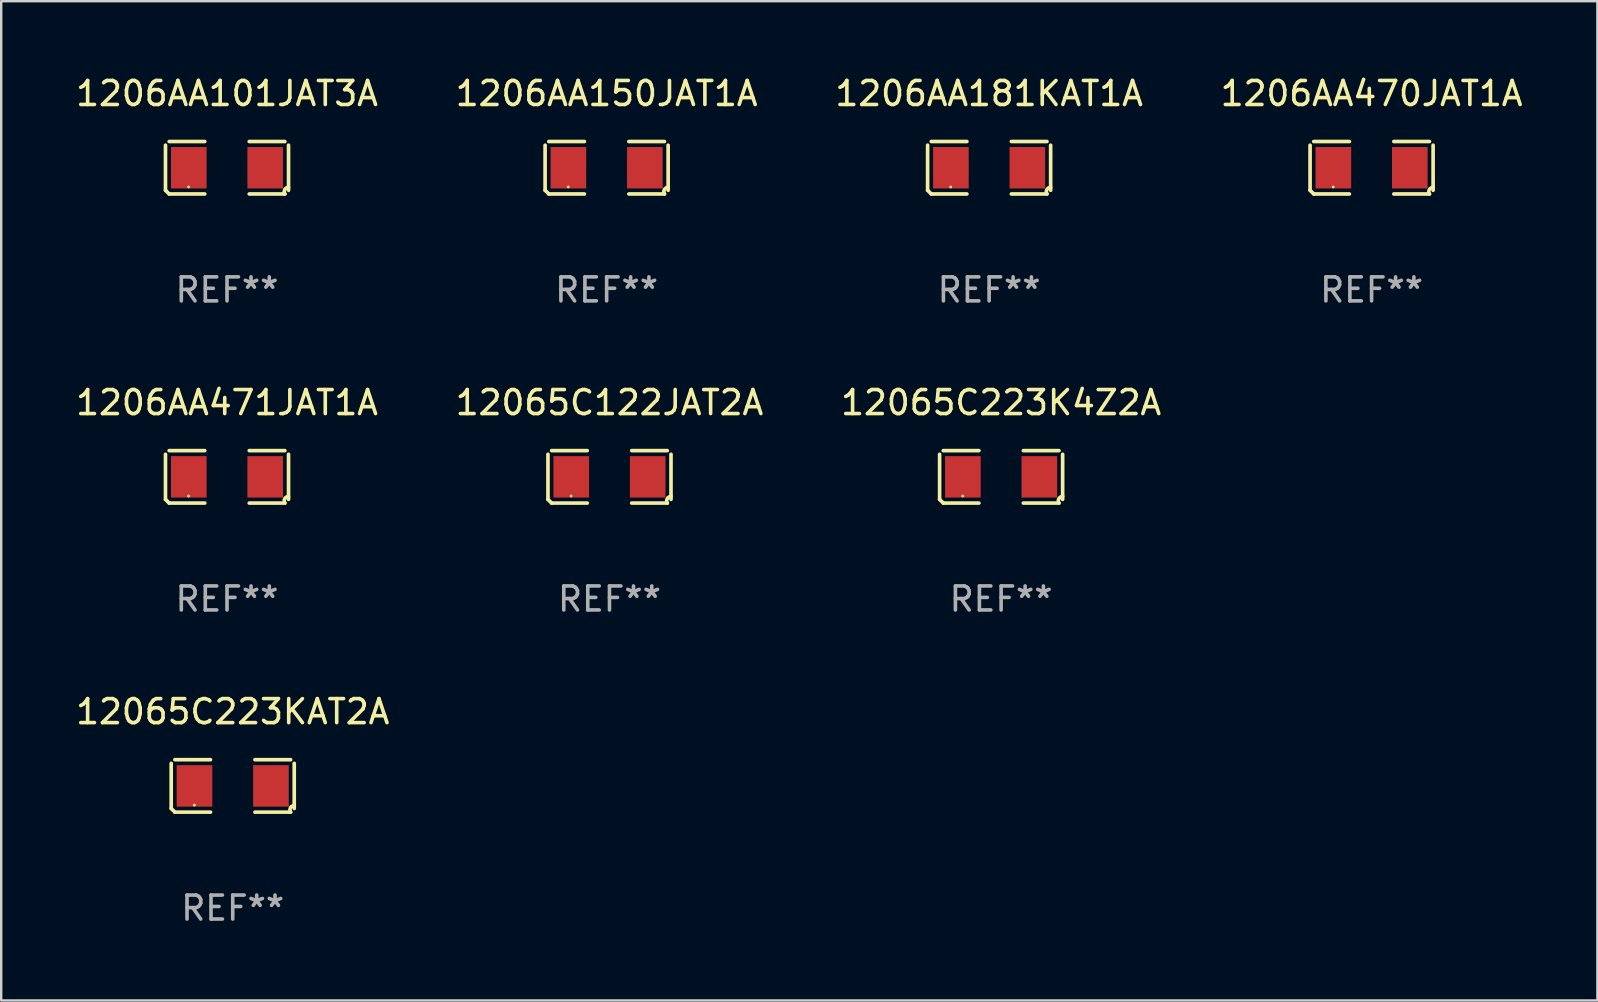
<source format=kicad_pcb>
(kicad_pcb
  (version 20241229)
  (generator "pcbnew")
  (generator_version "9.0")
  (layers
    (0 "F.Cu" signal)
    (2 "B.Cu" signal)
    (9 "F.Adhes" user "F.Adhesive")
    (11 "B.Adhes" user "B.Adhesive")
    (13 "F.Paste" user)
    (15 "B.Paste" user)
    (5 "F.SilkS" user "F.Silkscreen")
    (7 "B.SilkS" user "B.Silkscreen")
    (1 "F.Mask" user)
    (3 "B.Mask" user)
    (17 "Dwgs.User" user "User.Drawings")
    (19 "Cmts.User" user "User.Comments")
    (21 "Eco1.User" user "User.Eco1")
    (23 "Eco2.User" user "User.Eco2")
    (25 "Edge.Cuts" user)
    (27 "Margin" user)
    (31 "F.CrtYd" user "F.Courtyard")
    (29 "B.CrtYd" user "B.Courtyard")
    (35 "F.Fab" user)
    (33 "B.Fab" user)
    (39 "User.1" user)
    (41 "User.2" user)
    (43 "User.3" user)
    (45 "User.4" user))
  (footprint "12065C223K4Z2A"
    (layer "F.Cu")
    (at 38.673 16.823)
    (property "Reference" "12065C223K4Z2A" (at 0 -3.093 0) (layer "F.SilkS") (effects (font (size 1 1) (thickness 0.15))))
    (attr through_hole)
    (fp_line (start -2.564 0.94) (end -2.564 -0.94) (stroke (width 0.152) (type solid)) (layer "F.SilkS"))
    (fp_line (start -2.411 -1.093) (end -0.926 -1.093) (stroke (width 0.152) (type solid)) (layer "F.SilkS"))
    (fp_line (start -0.926 1.093) (end -2.411 1.093) (stroke (width 0.152) (type solid)) (layer "F.SilkS"))
    (fp_line (start 0.926 1.093) (end 2.411 1.093) (stroke (width 0.152) (type solid)) (layer "F.SilkS"))
    (fp_line (start 2.411 -1.093) (end 0.926 -1.093) (stroke (width 0.152) (type solid)) (layer "F.SilkS"))
    (fp_line (start 2.564 0.94) (end 2.564 -0.94) (stroke (width 0.152) (type solid)) (layer "F.SilkS"))
    (fp_arc (start -2.411201 1.092609) (mid -2.487413 1.01642) (end -2.563602 0.940208) (stroke (width 0.1524) (type solid)) (layer "F.SilkS"))
    (fp_arc (start 2.411201 1.092609) (mid 2.407159 0.911226) (end 2.563602 0.819347) (stroke (width 0.1524) (type solid)) (layer "F.SilkS"))
    (fp_circle (center -1.6 0.8) (end -1.57 0.8) (stroke (width 0.06) (type solid)) (fill no) (layer "F.SilkS"))
    (fp_text user "REF**" (at 0 5.093 0) (layer "F.Fab") (effects (font (size 1 1) (thickness 0.15))))
    (pad "1" smd rect (at -1.593 0) (size 1.485 1.728) (layers "F.Cu" "F.Mask" "F.Paste"))
    (pad "2" smd rect (at 1.593 0) (size 1.485 1.728) (layers "F.Cu" "F.Mask" "F.Paste")))
  (footprint "1206AA470JAT1A"
    (layer "F.Cu")
    (at 54.113 3.941)
    (property "Reference" "1206AA470JAT1A" (at 0 -3.093 0) (layer "F.SilkS") (effects (font (size 1 1) (thickness 0.15))))
    (attr through_hole)
    (fp_line (start -2.564 0.94) (end -2.564 -0.94) (stroke (width 0.152) (type solid)) (layer "F.SilkS"))
    (fp_line (start -2.411 -1.093) (end -0.926 -1.093) (stroke (width 0.152) (type solid)) (layer "F.SilkS"))
    (fp_line (start -0.926 1.093) (end -2.411 1.093) (stroke (width 0.152) (type solid)) (layer "F.SilkS"))
    (fp_line (start 0.926 1.093) (end 2.411 1.093) (stroke (width 0.152) (type solid)) (layer "F.SilkS"))
    (fp_line (start 2.411 -1.093) (end 0.926 -1.093) (stroke (width 0.152) (type solid)) (layer "F.SilkS"))
    (fp_line (start 2.564 0.94) (end 2.564 -0.94) (stroke (width 0.152) (type solid)) (layer "F.SilkS"))
    (fp_arc (start -2.411201 1.092609) (mid -2.487413 1.01642) (end -2.563602 0.940208) (stroke (width 0.1524) (type solid)) (layer "F.SilkS"))
    (fp_arc (start 2.411201 1.092609) (mid 2.407159 0.911226) (end 2.563602 0.819347) (stroke (width 0.1524) (type solid)) (layer "F.SilkS"))
    (fp_circle (center -1.6 0.8) (end -1.57 0.8) (stroke (width 0.06) (type solid)) (fill no) (layer "F.SilkS"))
    (fp_text user "REF**" (at 0 5.093 0) (layer "F.Fab") (effects (font (size 1 1) (thickness 0.15))))
    (pad "1" smd rect (at -1.593 0) (size 1.485 1.728) (layers "F.Cu" "F.Mask" "F.Paste"))
    (pad "2" smd rect (at 1.593 0) (size 1.485 1.728) (layers "F.Cu" "F.Mask" "F.Paste")))
  (footprint "1206AA181KAT1A"
    (layer "F.Cu")
    (at 38.173 3.941)
    (property "Reference" "1206AA181KAT1A" (at 0 -3.093 0) (layer "F.SilkS") (effects (font (size 1 1) (thickness 0.15))))
    (attr through_hole)
    (fp_line (start -2.564 0.94) (end -2.564 -0.94) (stroke (width 0.152) (type solid)) (layer "F.SilkS"))
    (fp_line (start -2.411 -1.093) (end -0.926 -1.093) (stroke (width 0.152) (type solid)) (layer "F.SilkS"))
    (fp_line (start -0.926 1.093) (end -2.411 1.093) (stroke (width 0.152) (type solid)) (layer "F.SilkS"))
    (fp_line (start 0.926 1.093) (end 2.411 1.093) (stroke (width 0.152) (type solid)) (layer "F.SilkS"))
    (fp_line (start 2.411 -1.093) (end 0.926 -1.093) (stroke (width 0.152) (type solid)) (layer "F.SilkS"))
    (fp_line (start 2.564 0.94) (end 2.564 -0.94) (stroke (width 0.152) (type solid)) (layer "F.SilkS"))
    (fp_arc (start -2.411201 1.092609) (mid -2.487413 1.01642) (end -2.563602 0.940208) (stroke (width 0.1524) (type solid)) (layer "F.SilkS"))
    (fp_arc (start 2.411201 1.092609) (mid 2.407159 0.911226) (end 2.563602 0.819347) (stroke (width 0.1524) (type solid)) (layer "F.SilkS"))
    (fp_circle (center -1.6 0.8) (end -1.57 0.8) (stroke (width 0.06) (type solid)) (fill no) (layer "F.SilkS"))
    (fp_text user "REF**" (at 0 5.093 0) (layer "F.Fab") (effects (font (size 1 1) (thickness 0.15))))
    (pad "1" smd rect (at -1.593 0) (size 1.485 1.728) (layers "F.Cu" "F.Mask" "F.Paste"))
    (pad "2" smd rect (at 1.593 0) (size 1.485 1.728) (layers "F.Cu" "F.Mask" "F.Paste")))
  (footprint "1206AA471JAT1A"
    (layer "F.Cu")
    (at 6.411 16.823)
    (property "Reference" "1206AA471JAT1A" (at 0 -3.093 0) (layer "F.SilkS") (effects (font (size 1 1) (thickness 0.15))))
    (attr through_hole)
    (fp_line (start -2.564 0.94) (end -2.564 -0.94) (stroke (width 0.152) (type solid)) (layer "F.SilkS"))
    (fp_line (start -2.411 -1.093) (end -0.926 -1.093) (stroke (width 0.152) (type solid)) (layer "F.SilkS"))
    (fp_line (start -0.926 1.093) (end -2.411 1.093) (stroke (width 0.152) (type solid)) (layer "F.SilkS"))
    (fp_line (start 0.926 1.093) (end 2.411 1.093) (stroke (width 0.152) (type solid)) (layer "F.SilkS"))
    (fp_line (start 2.411 -1.093) (end 0.926 -1.093) (stroke (width 0.152) (type solid)) (layer "F.SilkS"))
    (fp_line (start 2.564 0.94) (end 2.564 -0.94) (stroke (width 0.152) (type solid)) (layer "F.SilkS"))
    (fp_arc (start -2.411201 1.092609) (mid -2.487413 1.01642) (end -2.563602 0.940208) (stroke (width 0.1524) (type solid)) (layer "F.SilkS"))
    (fp_arc (start 2.411201 1.092609) (mid 2.407159 0.911226) (end 2.563602 0.819347) (stroke (width 0.1524) (type solid)) (layer "F.SilkS"))
    (fp_circle (center -1.6 0.8) (end -1.57 0.8) (stroke (width 0.06) (type solid)) (fill no) (layer "F.SilkS"))
    (fp_text user "REF**" (at 0 5.093 0) (layer "F.Fab") (effects (font (size 1 1) (thickness 0.15))))
    (pad "1" smd rect (at -1.593 0) (size 1.485 1.728) (layers "F.Cu" "F.Mask" "F.Paste"))
    (pad "2" smd rect (at 1.593 0) (size 1.485 1.728) (layers "F.Cu" "F.Mask" "F.Paste")))
  (footprint "12065C122JAT2A"
    (layer "F.Cu")
    (at 22.351 16.823)
    (property "Reference" "12065C122JAT2A" (at 0 -3.093 0) (layer "F.SilkS") (effects (font (size 1 1) (thickness 0.15))))
    (attr through_hole)
    (fp_line (start -2.564 0.94) (end -2.564 -0.94) (stroke (width 0.152) (type solid)) (layer "F.SilkS"))
    (fp_line (start -2.411 -1.093) (end -0.926 -1.093) (stroke (width 0.152) (type solid)) (layer "F.SilkS"))
    (fp_line (start -0.926 1.093) (end -2.411 1.093) (stroke (width 0.152) (type solid)) (layer "F.SilkS"))
    (fp_line (start 0.926 1.093) (end 2.411 1.093) (stroke (width 0.152) (type solid)) (layer "F.SilkS"))
    (fp_line (start 2.411 -1.093) (end 0.926 -1.093) (stroke (width 0.152) (type solid)) (layer "F.SilkS"))
    (fp_line (start 2.564 0.94) (end 2.564 -0.94) (stroke (width 0.152) (type solid)) (layer "F.SilkS"))
    (fp_arc (start -2.411201 1.092609) (mid -2.487413 1.01642) (end -2.563602 0.940208) (stroke (width 0.1524) (type solid)) (layer "F.SilkS"))
    (fp_arc (start 2.411201 1.092609) (mid 2.407159 0.911226) (end 2.563602 0.819347) (stroke (width 0.1524) (type solid)) (layer "F.SilkS"))
    (fp_circle (center -1.6 0.8) (end -1.57 0.8) (stroke (width 0.06) (type solid)) (fill no) (layer "F.SilkS"))
    (fp_text user "REF**" (at 0 5.093 0) (layer "F.Fab") (effects (font (size 1 1) (thickness 0.15))))
    (pad "1" smd rect (at -1.593 0) (size 1.485 1.728) (layers "F.Cu" "F.Mask" "F.Paste"))
    (pad "2" smd rect (at 1.593 0) (size 1.485 1.728) (layers "F.Cu" "F.Mask" "F.Paste")))
  (footprint "12065C223KAT2A"
    (layer "F.Cu")
    (at 6.649 29.704)
    (property "Reference" "12065C223KAT2A" (at 0 -3.093 0) (layer "F.SilkS") (effects (font (size 1 1) (thickness 0.15))))
    (attr through_hole)
    (fp_line (start -2.564 0.94) (end -2.564 -0.94) (stroke (width 0.152) (type solid)) (layer "F.SilkS"))
    (fp_line (start -2.411 -1.093) (end -0.926 -1.093) (stroke (width 0.152) (type solid)) (layer "F.SilkS"))
    (fp_line (start -0.926 1.093) (end -2.411 1.093) (stroke (width 0.152) (type solid)) (layer "F.SilkS"))
    (fp_line (start 0.926 1.093) (end 2.411 1.093) (stroke (width 0.152) (type solid)) (layer "F.SilkS"))
    (fp_line (start 2.411 -1.093) (end 0.926 -1.093) (stroke (width 0.152) (type solid)) (layer "F.SilkS"))
    (fp_line (start 2.564 0.94) (end 2.564 -0.94) (stroke (width 0.152) (type solid)) (layer "F.SilkS"))
    (fp_arc (start -2.411201 1.092609) (mid -2.487413 1.01642) (end -2.563602 0.940208) (stroke (width 0.1524) (type solid)) (layer "F.SilkS"))
    (fp_arc (start 2.411201 1.092609) (mid 2.407159 0.911226) (end 2.563602 0.819347) (stroke (width 0.1524) (type solid)) (layer "F.SilkS"))
    (fp_circle (center -1.6 0.8) (end -1.57 0.8) (stroke (width 0.06) (type solid)) (fill no) (layer "F.SilkS"))
    (fp_text user "REF**" (at 0 5.093 0) (layer "F.Fab") (effects (font (size 1 1) (thickness 0.15))))
    (pad "1" smd rect (at -1.593 0) (size 1.485 1.728) (layers "F.Cu" "F.Mask" "F.Paste"))
    (pad "2" smd rect (at 1.593 0) (size 1.485 1.728) (layers "F.Cu" "F.Mask" "F.Paste")))
  (footprint "1206AA101JAT3A"
    (layer "F.Cu")
    (at 6.411 3.941)
    (property "Reference" "1206AA101JAT3A" (at 0 -3.093 0) (layer "F.SilkS") (effects (font (size 1 1) (thickness 0.15))))
    (attr through_hole)
    (fp_line (start -2.564 0.94) (end -2.564 -0.94) (stroke (width 0.152) (type solid)) (layer "F.SilkS"))
    (fp_line (start -2.411 -1.093) (end -0.926 -1.093) (stroke (width 0.152) (type solid)) (layer "F.SilkS"))
    (fp_line (start -0.926 1.093) (end -2.411 1.093) (stroke (width 0.152) (type solid)) (layer "F.SilkS"))
    (fp_line (start 0.926 1.093) (end 2.411 1.093) (stroke (width 0.152) (type solid)) (layer "F.SilkS"))
    (fp_line (start 2.411 -1.093) (end 0.926 -1.093) (stroke (width 0.152) (type solid)) (layer "F.SilkS"))
    (fp_line (start 2.564 0.94) (end 2.564 -0.94) (stroke (width 0.152) (type solid)) (layer "F.SilkS"))
    (fp_arc (start -2.411201 1.092609) (mid -2.487413 1.01642) (end -2.563602 0.940208) (stroke (width 0.1524) (type solid)) (layer "F.SilkS"))
    (fp_arc (start 2.411201 1.092609) (mid 2.407159 0.911226) (end 2.563602 0.819347) (stroke (width 0.1524) (type solid)) (layer "F.SilkS"))
    (fp_circle (center -1.6 0.8) (end -1.57 0.8) (stroke (width 0.06) (type solid)) (fill no) (layer "F.SilkS"))
    (fp_text user "REF**" (at 0 5.093 0) (layer "F.Fab") (effects (font (size 1 1) (thickness 0.15))))
    (pad "1" smd rect (at -1.593 0) (size 1.485 1.728) (layers "F.Cu" "F.Mask" "F.Paste"))
    (pad "2" smd rect (at 1.593 0) (size 1.485 1.728) (layers "F.Cu" "F.Mask" "F.Paste")))
  (footprint "1206AA150JAT1A"
    (layer "F.Cu")
    (at 22.232 3.941)
    (property "Reference" "1206AA150JAT1A" (at 0 -3.093 0) (layer "F.SilkS") (effects (font (size 1 1) (thickness 0.15))))
    (attr through_hole)
    (fp_line (start -2.564 0.94) (end -2.564 -0.94) (stroke (width 0.152) (type solid)) (layer "F.SilkS"))
    (fp_line (start -2.411 -1.093) (end -0.926 -1.093) (stroke (width 0.152) (type solid)) (layer "F.SilkS"))
    (fp_line (start -0.926 1.093) (end -2.411 1.093) (stroke (width 0.152) (type solid)) (layer "F.SilkS"))
    (fp_line (start 0.926 1.093) (end 2.411 1.093) (stroke (width 0.152) (type solid)) (layer "F.SilkS"))
    (fp_line (start 2.411 -1.093) (end 0.926 -1.093) (stroke (width 0.152) (type solid)) (layer "F.SilkS"))
    (fp_line (start 2.564 0.94) (end 2.564 -0.94) (stroke (width 0.152) (type solid)) (layer "F.SilkS"))
    (fp_arc (start -2.411201 1.092609) (mid -2.487413 1.01642) (end -2.563602 0.940208) (stroke (width 0.1524) (type solid)) (layer "F.SilkS"))
    (fp_arc (start 2.411201 1.092609) (mid 2.407159 0.911226) (end 2.563602 0.819347) (stroke (width 0.1524) (type solid)) (layer "F.SilkS"))
    (fp_circle (center -1.6 0.8) (end -1.57 0.8) (stroke (width 0.06) (type solid)) (fill no) (layer "F.SilkS"))
    (fp_text user "REF**" (at 0 5.093 0) (layer "F.Fab") (effects (font (size 1 1) (thickness 0.15))))
    (pad "1" smd rect (at -1.593 0) (size 1.485 1.728) (layers "F.Cu" "F.Mask" "F.Paste"))
    (pad "2" smd rect (at 1.593 0) (size 1.485 1.728) (layers "F.Cu" "F.Mask" "F.Paste")))
  (gr_rect
    (start -3 -3)
    (end 63.524 38.645)
    (stroke (width 0.1) (type default))
    (fill no)
    (layer "Edge.Cuts")))
</source>
